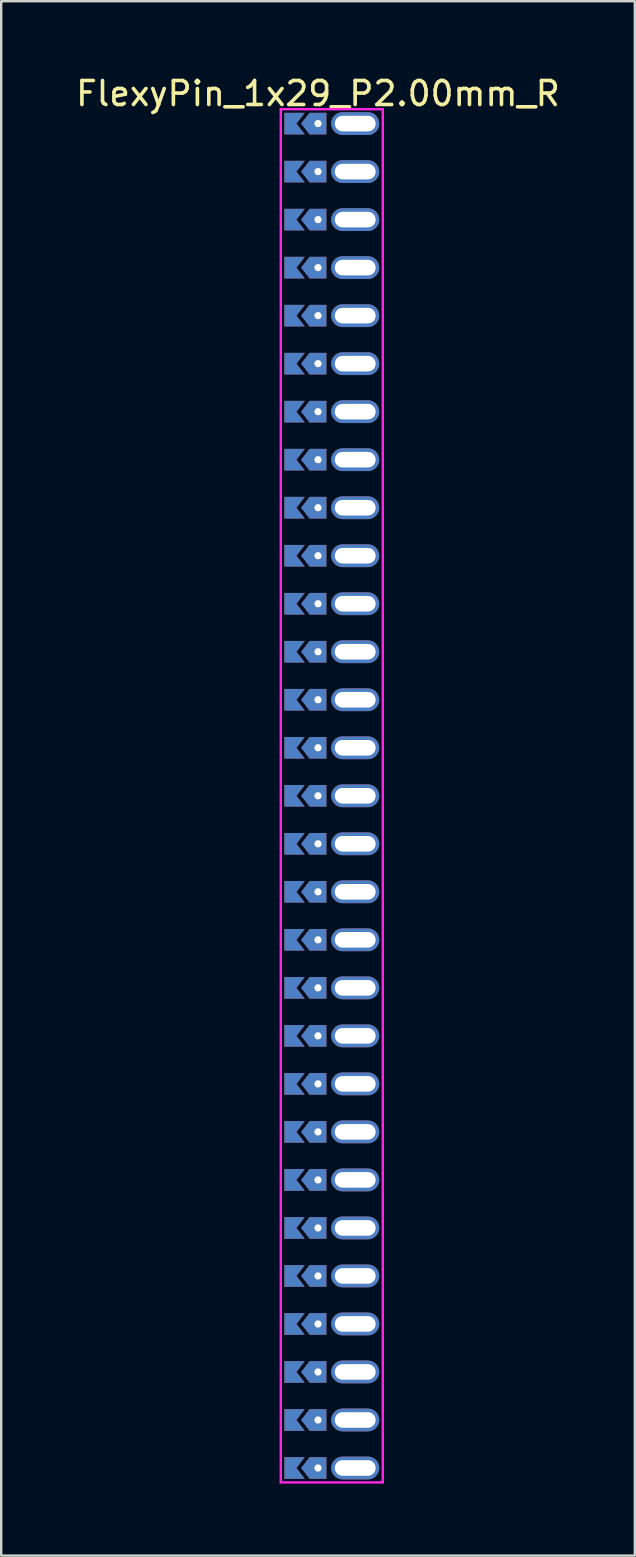
<source format=kicad_pcb>
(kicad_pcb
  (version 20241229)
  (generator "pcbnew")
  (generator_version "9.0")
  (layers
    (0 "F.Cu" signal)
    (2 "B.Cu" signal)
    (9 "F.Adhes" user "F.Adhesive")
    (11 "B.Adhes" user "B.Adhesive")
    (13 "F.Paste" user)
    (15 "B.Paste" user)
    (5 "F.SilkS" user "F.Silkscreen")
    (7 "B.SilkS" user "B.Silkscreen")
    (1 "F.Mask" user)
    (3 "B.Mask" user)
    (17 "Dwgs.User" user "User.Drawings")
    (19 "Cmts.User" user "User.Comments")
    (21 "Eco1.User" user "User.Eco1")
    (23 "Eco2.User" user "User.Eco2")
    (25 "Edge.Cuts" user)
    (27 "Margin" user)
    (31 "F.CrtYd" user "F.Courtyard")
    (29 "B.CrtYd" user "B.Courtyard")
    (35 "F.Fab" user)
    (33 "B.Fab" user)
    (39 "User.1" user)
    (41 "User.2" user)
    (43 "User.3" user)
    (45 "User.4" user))
  (footprint "FlexyPin_1x29_P2.00mm_R"
    (layer "F.Cu")
    (at 10.196 2.098)
    (property "Reference" "FlexyPin_1x29_P2.00mm_R" (at 0 -1.25 0) (layer "F.SilkS") (effects (font (size 1 1) (thickness 0.15))))
    (attr through_hole)
    (fp_line (start -1.55 -0.6) (end 2.7 -0.6) (stroke (width 0.1) (type solid)) (layer "F.CrtYd"))
    (fp_line (start -1.55 56.6) (end -1.55 -0.6) (stroke (width 0.1) (type solid)) (layer "F.CrtYd"))
    (fp_line (start 2.7 -0.6) (end 2.7 56.6) (stroke (width 0.1) (type solid)) (layer "F.CrtYd"))
    (fp_line (start 2.7 56.6) (end -1.55 56.6) (stroke (width 0.1) (type solid)) (layer "F.CrtYd"))
    (pad "" thru_hole custom (at 0 0) (size 0.3 0.3) (drill 0.6) (layers "*.Cu" "*.Mask") (options (anchor rect)) (primitives (gr_poly (pts (xy 0.35 0.45) (xy 0.35 -0.45) (xy -0.35 -0.45) (xy -0.7 0) (xy -0.35 0.45)) (width 0) (fill yes))))
    (pad "" thru_hole custom (at 0 2) (size 0.3 0.3) (drill 0.6) (layers "*.Cu" "*.Mask") (options (anchor rect)) (primitives (gr_poly (pts (xy 0.35 0.45) (xy 0.35 -0.45) (xy -0.35 -0.45) (xy -0.7 0) (xy -0.35 0.45)) (width 0) (fill yes))))
    (pad "" thru_hole custom (at 0 4) (size 0.3 0.3) (drill 0.6) (layers "*.Cu" "*.Mask") (options (anchor rect)) (primitives (gr_poly (pts (xy 0.35 0.45) (xy 0.35 -0.45) (xy -0.35 -0.45) (xy -0.7 0) (xy -0.35 0.45)) (width 0) (fill yes))))
    (pad "" thru_hole custom (at 0 6) (size 0.3 0.3) (drill 0.6) (layers "*.Cu" "*.Mask") (options (anchor rect)) (primitives (gr_poly (pts (xy 0.35 0.45) (xy 0.35 -0.45) (xy -0.35 -0.45) (xy -0.7 0) (xy -0.35 0.45)) (width 0) (fill yes))))
    (pad "" thru_hole custom (at 0 8) (size 0.3 0.3) (drill 0.6) (layers "*.Cu" "*.Mask") (options (anchor rect)) (primitives (gr_poly (pts (xy 0.35 0.45) (xy 0.35 -0.45) (xy -0.35 -0.45) (xy -0.7 0) (xy -0.35 0.45)) (width 0) (fill yes))))
    (pad "" thru_hole custom (at 0 10) (size 0.3 0.3) (drill 0.6) (layers "*.Cu" "*.Mask") (options (anchor rect)) (primitives (gr_poly (pts (xy 0.35 0.45) (xy 0.35 -0.45) (xy -0.35 -0.45) (xy -0.7 0) (xy -0.35 0.45)) (width 0) (fill yes))))
    (pad "" thru_hole custom (at 0 12) (size 0.3 0.3) (drill 0.6) (layers "*.Cu" "*.Mask") (options (anchor rect)) (primitives (gr_poly (pts (xy 0.35 0.45) (xy 0.35 -0.45) (xy -0.35 -0.45) (xy -0.7 0) (xy -0.35 0.45)) (width 0) (fill yes))))
    (pad "" thru_hole custom (at 0 14) (size 0.3 0.3) (drill 0.6) (layers "*.Cu" "*.Mask") (options (anchor rect)) (primitives (gr_poly (pts (xy 0.35 0.45) (xy 0.35 -0.45) (xy -0.35 -0.45) (xy -0.7 0) (xy -0.35 0.45)) (width 0) (fill yes))))
    (pad "" thru_hole custom (at 0 16) (size 0.3 0.3) (drill 0.6) (layers "*.Cu" "*.Mask") (options (anchor rect)) (primitives (gr_poly (pts (xy 0.35 0.45) (xy 0.35 -0.45) (xy -0.35 -0.45) (xy -0.7 0) (xy -0.35 0.45)) (width 0) (fill yes))))
    (pad "" thru_hole custom (at 0 18) (size 0.3 0.3) (drill 0.6) (layers "*.Cu" "*.Mask") (options (anchor rect)) (primitives (gr_poly (pts (xy 0.35 0.45) (xy 0.35 -0.45) (xy -0.35 -0.45) (xy -0.7 0) (xy -0.35 0.45)) (width 0) (fill yes))))
    (pad "" thru_hole custom (at 0 20) (size 0.3 0.3) (drill 0.6) (layers "*.Cu" "*.Mask") (options (anchor rect)) (primitives (gr_poly (pts (xy 0.35 0.45) (xy 0.35 -0.45) (xy -0.35 -0.45) (xy -0.7 0) (xy -0.35 0.45)) (width 0) (fill yes))))
    (pad "" thru_hole custom (at 0 22) (size 0.3 0.3) (drill 0.6) (layers "*.Cu" "*.Mask") (options (anchor rect)) (primitives (gr_poly (pts (xy 0.35 0.45) (xy 0.35 -0.45) (xy -0.35 -0.45) (xy -0.7 0) (xy -0.35 0.45)) (width 0) (fill yes))))
    (pad "" thru_hole custom (at 0 24) (size 0.3 0.3) (drill 0.6) (layers "*.Cu" "*.Mask") (options (anchor rect)) (primitives (gr_poly (pts (xy 0.35 0.45) (xy 0.35 -0.45) (xy -0.35 -0.45) (xy -0.7 0) (xy -0.35 0.45)) (width 0) (fill yes))))
    (pad "" thru_hole custom (at 0 26) (size 0.3 0.3) (drill 0.6) (layers "*.Cu" "*.Mask") (options (anchor rect)) (primitives (gr_poly (pts (xy 0.35 0.45) (xy 0.35 -0.45) (xy -0.35 -0.45) (xy -0.7 0) (xy -0.35 0.45)) (width 0) (fill yes))))
    (pad "" thru_hole custom (at 0 28) (size 0.3 0.3) (drill 0.6) (layers "*.Cu" "*.Mask") (options (anchor rect)) (primitives (gr_poly (pts (xy 0.35 0.45) (xy 0.35 -0.45) (xy -0.35 -0.45) (xy -0.7 0) (xy -0.35 0.45)) (width 0) (fill yes))))
    (pad "" thru_hole custom (at 0 30) (size 0.3 0.3) (drill 0.6) (layers "*.Cu" "*.Mask") (options (anchor rect)) (primitives (gr_poly (pts (xy 0.35 0.45) (xy 0.35 -0.45) (xy -0.35 -0.45) (xy -0.7 0) (xy -0.35 0.45)) (width 0) (fill yes))))
    (pad "" thru_hole custom (at 0 32) (size 0.3 0.3) (drill 0.6) (layers "*.Cu" "*.Mask") (options (anchor rect)) (primitives (gr_poly (pts (xy 0.35 0.45) (xy 0.35 -0.45) (xy -0.35 -0.45) (xy -0.7 0) (xy -0.35 0.45)) (width 0) (fill yes))))
    (pad "" thru_hole custom (at 0 34) (size 0.3 0.3) (drill 0.6) (layers "*.Cu" "*.Mask") (options (anchor rect)) (primitives (gr_poly (pts (xy 0.35 0.45) (xy 0.35 -0.45) (xy -0.35 -0.45) (xy -0.7 0) (xy -0.35 0.45)) (width 0) (fill yes))))
    (pad "" thru_hole custom (at 0 36) (size 0.3 0.3) (drill 0.6) (layers "*.Cu" "*.Mask") (options (anchor rect)) (primitives (gr_poly (pts (xy 0.35 0.45) (xy 0.35 -0.45) (xy -0.35 -0.45) (xy -0.7 0) (xy -0.35 0.45)) (width 0) (fill yes))))
    (pad "" thru_hole custom (at 0 38) (size 0.3 0.3) (drill 0.6) (layers "*.Cu" "*.Mask") (options (anchor rect)) (primitives (gr_poly (pts (xy 0.35 0.45) (xy 0.35 -0.45) (xy -0.35 -0.45) (xy -0.7 0) (xy -0.35 0.45)) (width 0) (fill yes))))
    (pad "" thru_hole custom (at 0 40) (size 0.3 0.3) (drill 0.6) (layers "*.Cu" "*.Mask") (options (anchor rect)) (primitives (gr_poly (pts (xy 0.35 0.45) (xy 0.35 -0.45) (xy -0.35 -0.45) (xy -0.7 0) (xy -0.35 0.45)) (width 0) (fill yes))))
    (pad "" thru_hole custom (at 0 42) (size 0.3 0.3) (drill 0.6) (layers "*.Cu" "*.Mask") (options (anchor rect)) (primitives (gr_poly (pts (xy 0.35 0.45) (xy 0.35 -0.45) (xy -0.35 -0.45) (xy -0.7 0) (xy -0.35 0.45)) (width 0) (fill yes))))
    (pad "" thru_hole custom (at 0 44) (size 0.3 0.3) (drill 0.6) (layers "*.Cu" "*.Mask") (options (anchor rect)) (primitives (gr_poly (pts (xy 0.35 0.45) (xy 0.35 -0.45) (xy -0.35 -0.45) (xy -0.7 0) (xy -0.35 0.45)) (width 0) (fill yes))))
    (pad "" thru_hole custom (at 0 46) (size 0.3 0.3) (drill 0.6) (layers "*.Cu" "*.Mask") (options (anchor rect)) (primitives (gr_poly (pts (xy 0.35 0.45) (xy 0.35 -0.45) (xy -0.35 -0.45) (xy -0.7 0) (xy -0.35 0.45)) (width 0) (fill yes))))
    (pad "" thru_hole custom (at 0 48) (size 0.3 0.3) (drill 0.6) (layers "*.Cu" "*.Mask") (options (anchor rect)) (primitives (gr_poly (pts (xy 0.35 0.45) (xy 0.35 -0.45) (xy -0.35 -0.45) (xy -0.7 0) (xy -0.35 0.45)) (width 0) (fill yes))))
    (pad "" thru_hole custom (at 0 50) (size 0.3 0.3) (drill 0.6) (layers "*.Cu" "*.Mask") (options (anchor rect)) (primitives (gr_poly (pts (xy 0.35 0.45) (xy 0.35 -0.45) (xy -0.35 -0.45) (xy -0.7 0) (xy -0.35 0.45)) (width 0) (fill yes))))
    (pad "" thru_hole custom (at 0 52) (size 0.3 0.3) (drill 0.6) (layers "*.Cu" "*.Mask") (options (anchor rect)) (primitives (gr_poly (pts (xy 0.35 0.45) (xy 0.35 -0.45) (xy -0.35 -0.45) (xy -0.7 0) (xy -0.35 0.45)) (width 0) (fill yes))))
    (pad "" thru_hole custom (at 0 54) (size 0.3 0.3) (drill 0.6) (layers "*.Cu" "*.Mask") (options (anchor rect)) (primitives (gr_poly (pts (xy 0.35 0.45) (xy 0.35 -0.45) (xy -0.35 -0.45) (xy -0.7 0) (xy -0.35 0.45)) (width 0) (fill yes))))
    (pad "" thru_hole custom (at 0 56) (size 0.3 0.3) (drill 0.6) (layers "*.Cu" "*.Mask") (options (anchor rect)) (primitives (gr_poly (pts (xy 0.35 0.45) (xy 0.35 -0.45) (xy -0.35 -0.45) (xy -0.7 0) (xy -0.35 0.45)) (width 0) (fill yes))))
    (pad "" thru_hole oval (at 1.55 0) (size 2 0.95) (drill oval 1.7 0.65) (layers "*.Cu" "*.Mask"))
    (pad "" thru_hole oval (at 1.55 2) (size 2 0.95) (drill oval 1.7 0.65) (layers "*.Cu" "*.Mask"))
    (pad "" thru_hole oval (at 1.55 4) (size 2 0.95) (drill oval 1.7 0.65) (layers "*.Cu" "*.Mask"))
    (pad "" thru_hole oval (at 1.55 6) (size 2 0.95) (drill oval 1.7 0.65) (layers "*.Cu" "*.Mask"))
    (pad "" thru_hole oval (at 1.55 8) (size 2 0.95) (drill oval 1.7 0.65) (layers "*.Cu" "*.Mask"))
    (pad "" thru_hole oval (at 1.55 10) (size 2 0.95) (drill oval 1.7 0.65) (layers "*.Cu" "*.Mask"))
    (pad "" thru_hole oval (at 1.55 12) (size 2 0.95) (drill oval 1.7 0.65) (layers "*.Cu" "*.Mask"))
    (pad "" thru_hole oval (at 1.55 14) (size 2 0.95) (drill oval 1.7 0.65) (layers "*.Cu" "*.Mask"))
    (pad "" thru_hole oval (at 1.55 16) (size 2 0.95) (drill oval 1.7 0.65) (layers "*.Cu" "*.Mask"))
    (pad "" thru_hole oval (at 1.55 18) (size 2 0.95) (drill oval 1.7 0.65) (layers "*.Cu" "*.Mask"))
    (pad "" thru_hole oval (at 1.55 20) (size 2 0.95) (drill oval 1.7 0.65) (layers "*.Cu" "*.Mask"))
    (pad "" thru_hole oval (at 1.55 22) (size 2 0.95) (drill oval 1.7 0.65) (layers "*.Cu" "*.Mask"))
    (pad "" thru_hole oval (at 1.55 24) (size 2 0.95) (drill oval 1.7 0.65) (layers "*.Cu" "*.Mask"))
    (pad "" thru_hole oval (at 1.55 26) (size 2 0.95) (drill oval 1.7 0.65) (layers "*.Cu" "*.Mask"))
    (pad "" thru_hole oval (at 1.55 28) (size 2 0.95) (drill oval 1.7 0.65) (layers "*.Cu" "*.Mask"))
    (pad "" thru_hole oval (at 1.55 30) (size 2 0.95) (drill oval 1.7 0.65) (layers "*.Cu" "*.Mask"))
    (pad "" thru_hole oval (at 1.55 32) (size 2 0.95) (drill oval 1.7 0.65) (layers "*.Cu" "*.Mask"))
    (pad "" thru_hole oval (at 1.55 34) (size 2 0.95) (drill oval 1.7 0.65) (layers "*.Cu" "*.Mask"))
    (pad "" thru_hole oval (at 1.55 36) (size 2 0.95) (drill oval 1.7 0.65) (layers "*.Cu" "*.Mask"))
    (pad "" thru_hole oval (at 1.55 38) (size 2 0.95) (drill oval 1.7 0.65) (layers "*.Cu" "*.Mask"))
    (pad "" thru_hole oval (at 1.55 40) (size 2 0.95) (drill oval 1.7 0.65) (layers "*.Cu" "*.Mask"))
    (pad "" thru_hole oval (at 1.55 42) (size 2 0.95) (drill oval 1.7 0.65) (layers "*.Cu" "*.Mask"))
    (pad "" thru_hole oval (at 1.55 44) (size 2 0.95) (drill oval 1.7 0.65) (layers "*.Cu" "*.Mask"))
    (pad "" thru_hole oval (at 1.55 46) (size 2 0.95) (drill oval 1.7 0.65) (layers "*.Cu" "*.Mask"))
    (pad "" thru_hole oval (at 1.55 48) (size 2 0.95) (drill oval 1.7 0.65) (layers "*.Cu" "*.Mask"))
    (pad "" thru_hole oval (at 1.55 50) (size 2 0.95) (drill oval 1.7 0.65) (layers "*.Cu" "*.Mask"))
    (pad "" thru_hole oval (at 1.55 52) (size 2 0.95) (drill oval 1.7 0.65) (layers "*.Cu" "*.Mask"))
    (pad "" thru_hole oval (at 1.55 54) (size 2 0.95) (drill oval 1.7 0.65) (layers "*.Cu" "*.Mask"))
    (pad "" thru_hole oval (at 1.55 56) (size 2 0.95) (drill oval 1.7 0.65) (layers "*.Cu" "*.Mask"))
    (pad "1" smd custom (at -0.9 0) (size 0.01 0.01) (layers "F.Cu" "F.Mask") (options (anchor rect)) (primitives (gr_poly (pts (xy 0 0) (xy 0.35 0.45) (xy -0.5 0.45) (xy -0.5 -0.45) (xy 0.35 -0.45)) (width 0) (fill yes))))
    (pad "2" smd custom (at -0.9 2) (size 0.01 0.01) (layers "F.Cu" "F.Mask") (options (anchor rect)) (primitives (gr_poly (pts (xy 0 0) (xy 0.35 0.45) (xy -0.5 0.45) (xy -0.5 -0.45) (xy 0.35 -0.45)) (width 0) (fill yes))))
    (pad "3" smd custom (at -0.9 4) (size 0.01 0.01) (layers "F.Cu" "F.Mask") (options (anchor rect)) (primitives (gr_poly (pts (xy 0 0) (xy 0.35 0.45) (xy -0.5 0.45) (xy -0.5 -0.45) (xy 0.35 -0.45)) (width 0) (fill yes))))
    (pad "4" smd custom (at -0.9 6) (size 0.01 0.01) (layers "F.Cu" "F.Mask") (options (anchor rect)) (primitives (gr_poly (pts (xy 0 0) (xy 0.35 0.45) (xy -0.5 0.45) (xy -0.5 -0.45) (xy 0.35 -0.45)) (width 0) (fill yes))))
    (pad "5" smd custom (at -0.9 8) (size 0.01 0.01) (layers "F.Cu" "F.Mask") (options (anchor rect)) (primitives (gr_poly (pts (xy 0 0) (xy 0.35 0.45) (xy -0.5 0.45) (xy -0.5 -0.45) (xy 0.35 -0.45)) (width 0) (fill yes))))
    (pad "6" smd custom (at -0.9 10) (size 0.01 0.01) (layers "F.Cu" "F.Mask") (options (anchor rect)) (primitives (gr_poly (pts (xy 0 0) (xy 0.35 0.45) (xy -0.5 0.45) (xy -0.5 -0.45) (xy 0.35 -0.45)) (width 0) (fill yes))))
    (pad "7" smd custom (at -0.9 12) (size 0.01 0.01) (layers "F.Cu" "F.Mask") (options (anchor rect)) (primitives (gr_poly (pts (xy 0 0) (xy 0.35 0.45) (xy -0.5 0.45) (xy -0.5 -0.45) (xy 0.35 -0.45)) (width 0) (fill yes))))
    (pad "8" smd custom (at -0.9 14) (size 0.01 0.01) (layers "F.Cu" "F.Mask") (options (anchor rect)) (primitives (gr_poly (pts (xy 0 0) (xy 0.35 0.45) (xy -0.5 0.45) (xy -0.5 -0.45) (xy 0.35 -0.45)) (width 0) (fill yes))))
    (pad "9" smd custom (at -0.9 16) (size 0.01 0.01) (layers "F.Cu" "F.Mask") (options (anchor rect)) (primitives (gr_poly (pts (xy 0 0) (xy 0.35 0.45) (xy -0.5 0.45) (xy -0.5 -0.45) (xy 0.35 -0.45)) (width 0) (fill yes))))
    (pad "10" smd custom (at -0.9 18) (size 0.01 0.01) (layers "F.Cu" "F.Mask") (options (anchor rect)) (primitives (gr_poly (pts (xy 0 0) (xy 0.35 0.45) (xy -0.5 0.45) (xy -0.5 -0.45) (xy 0.35 -0.45)) (width 0) (fill yes))))
    (pad "11" smd custom (at -0.9 20) (size 0.01 0.01) (layers "F.Cu" "F.Mask") (options (anchor rect)) (primitives (gr_poly (pts (xy 0 0) (xy 0.35 0.45) (xy -0.5 0.45) (xy -0.5 -0.45) (xy 0.35 -0.45)) (width 0) (fill yes))))
    (pad "12" smd custom (at -0.9 22) (size 0.01 0.01) (layers "F.Cu" "F.Mask") (options (anchor rect)) (primitives (gr_poly (pts (xy 0 0) (xy 0.35 0.45) (xy -0.5 0.45) (xy -0.5 -0.45) (xy 0.35 -0.45)) (width 0) (fill yes))))
    (pad "13" smd custom (at -0.9 24) (size 0.01 0.01) (layers "F.Cu" "F.Mask") (options (anchor rect)) (primitives (gr_poly (pts (xy 0 0) (xy 0.35 0.45) (xy -0.5 0.45) (xy -0.5 -0.45) (xy 0.35 -0.45)) (width 0) (fill yes))))
    (pad "14" smd custom (at -0.9 26) (size 0.01 0.01) (layers "F.Cu" "F.Mask") (options (anchor rect)) (primitives (gr_poly (pts (xy 0 0) (xy 0.35 0.45) (xy -0.5 0.45) (xy -0.5 -0.45) (xy 0.35 -0.45)) (width 0) (fill yes))))
    (pad "15" smd custom (at -0.9 28) (size 0.01 0.01) (layers "F.Cu" "F.Mask") (options (anchor rect)) (primitives (gr_poly (pts (xy 0 0) (xy 0.35 0.45) (xy -0.5 0.45) (xy -0.5 -0.45) (xy 0.35 -0.45)) (width 0) (fill yes))))
    (pad "16" smd custom (at -0.9 30) (size 0.01 0.01) (layers "F.Cu" "F.Mask") (options (anchor rect)) (primitives (gr_poly (pts (xy 0 0) (xy 0.35 0.45) (xy -0.5 0.45) (xy -0.5 -0.45) (xy 0.35 -0.45)) (width 0) (fill yes))))
    (pad "17" smd custom (at -0.9 32) (size 0.01 0.01) (layers "F.Cu" "F.Mask") (options (anchor rect)) (primitives (gr_poly (pts (xy 0 0) (xy 0.35 0.45) (xy -0.5 0.45) (xy -0.5 -0.45) (xy 0.35 -0.45)) (width 0) (fill yes))))
    (pad "18" smd custom (at -0.9 34) (size 0.01 0.01) (layers "F.Cu" "F.Mask") (options (anchor rect)) (primitives (gr_poly (pts (xy 0 0) (xy 0.35 0.45) (xy -0.5 0.45) (xy -0.5 -0.45) (xy 0.35 -0.45)) (width 0) (fill yes))))
    (pad "19" smd custom (at -0.9 36) (size 0.01 0.01) (layers "F.Cu" "F.Mask") (options (anchor rect)) (primitives (gr_poly (pts (xy 0 0) (xy 0.35 0.45) (xy -0.5 0.45) (xy -0.5 -0.45) (xy 0.35 -0.45)) (width 0) (fill yes))))
    (pad "20" smd custom (at -0.9 38) (size 0.01 0.01) (layers "F.Cu" "F.Mask") (options (anchor rect)) (primitives (gr_poly (pts (xy 0 0) (xy 0.35 0.45) (xy -0.5 0.45) (xy -0.5 -0.45) (xy 0.35 -0.45)) (width 0) (fill yes))))
    (pad "21" smd custom (at -0.9 40) (size 0.01 0.01) (layers "F.Cu" "F.Mask") (options (anchor rect)) (primitives (gr_poly (pts (xy 0 0) (xy 0.35 0.45) (xy -0.5 0.45) (xy -0.5 -0.45) (xy 0.35 -0.45)) (width 0) (fill yes))))
    (pad "22" smd custom (at -0.9 42) (size 0.01 0.01) (layers "F.Cu" "F.Mask") (options (anchor rect)) (primitives (gr_poly (pts (xy 0 0) (xy 0.35 0.45) (xy -0.5 0.45) (xy -0.5 -0.45) (xy 0.35 -0.45)) (width 0) (fill yes))))
    (pad "23" smd custom (at -0.9 44) (size 0.01 0.01) (layers "F.Cu" "F.Mask") (options (anchor rect)) (primitives (gr_poly (pts (xy 0 0) (xy 0.35 0.45) (xy -0.5 0.45) (xy -0.5 -0.45) (xy 0.35 -0.45)) (width 0) (fill yes))))
    (pad "24" smd custom (at -0.9 46) (size 0.01 0.01) (layers "F.Cu" "F.Mask") (options (anchor rect)) (primitives (gr_poly (pts (xy 0 0) (xy 0.35 0.45) (xy -0.5 0.45) (xy -0.5 -0.45) (xy 0.35 -0.45)) (width 0) (fill yes))))
    (pad "25" smd custom (at -0.9 48) (size 0.01 0.01) (layers "F.Cu" "F.Mask") (options (anchor rect)) (primitives (gr_poly (pts (xy 0 0) (xy 0.35 0.45) (xy -0.5 0.45) (xy -0.5 -0.45) (xy 0.35 -0.45)) (width 0) (fill yes))))
    (pad "26" smd custom (at -0.9 50) (size 0.01 0.01) (layers "F.Cu" "F.Mask") (options (anchor rect)) (primitives (gr_poly (pts (xy 0 0) (xy 0.35 0.45) (xy -0.5 0.45) (xy -0.5 -0.45) (xy 0.35 -0.45)) (width 0) (fill yes))))
    (pad "27" smd custom (at -0.9 52) (size 0.01 0.01) (layers "F.Cu" "F.Mask") (options (anchor rect)) (primitives (gr_poly (pts (xy 0 0) (xy 0.35 0.45) (xy -0.5 0.45) (xy -0.5 -0.45) (xy 0.35 -0.45)) (width 0) (fill yes))))
    (pad "28" smd custom (at -0.9 54) (size 0.01 0.01) (layers "F.Cu" "F.Mask") (options (anchor rect)) (primitives (gr_poly (pts (xy 0 0) (xy 0.35 0.45) (xy -0.5 0.45) (xy -0.5 -0.45) (xy 0.35 -0.45)) (width 0) (fill yes))))
    (pad "29" smd custom (at -0.9 56) (size 0.01 0.01) (layers "F.Cu" "F.Mask") (options (anchor rect)) (primitives (gr_poly (pts (xy 0 0) (xy 0.35 0.45) (xy -0.5 0.45) (xy -0.5 -0.45) (xy 0.35 -0.45)) (width 0) (fill yes))))
    (pad "30" smd custom (at -0.9 0) (size 0.01 0.01) (layers "B.Cu" "B.Mask") (options (anchor rect)) (primitives (gr_poly (pts (xy 0 0) (xy 0.35 0.45) (xy -0.5 0.45) (xy -0.5 -0.45) (xy 0.35 -0.45)) (width 0) (fill yes))))
    (pad "31" smd custom (at -0.9 2) (size 0.01 0.01) (layers "B.Cu" "B.Mask") (options (anchor rect)) (primitives (gr_poly (pts (xy 0 0) (xy 0.35 0.45) (xy -0.5 0.45) (xy -0.5 -0.45) (xy 0.35 -0.45)) (width 0) (fill yes))))
    (pad "32" smd custom (at -0.9 4) (size 0.01 0.01) (layers "B.Cu" "B.Mask") (options (anchor rect)) (primitives (gr_poly (pts (xy 0 0) (xy 0.35 0.45) (xy -0.5 0.45) (xy -0.5 -0.45) (xy 0.35 -0.45)) (width 0) (fill yes))))
    (pad "33" smd custom (at -0.9 6) (size 0.01 0.01) (layers "B.Cu" "B.Mask") (options (anchor rect)) (primitives (gr_poly (pts (xy 0 0) (xy 0.35 0.45) (xy -0.5 0.45) (xy -0.5 -0.45) (xy 0.35 -0.45)) (width 0) (fill yes))))
    (pad "34" smd custom (at -0.9 8) (size 0.01 0.01) (layers "B.Cu" "B.Mask") (options (anchor rect)) (primitives (gr_poly (pts (xy 0 0) (xy 0.35 0.45) (xy -0.5 0.45) (xy -0.5 -0.45) (xy 0.35 -0.45)) (width 0) (fill yes))))
    (pad "35" smd custom (at -0.9 10) (size 0.01 0.01) (layers "B.Cu" "B.Mask") (options (anchor rect)) (primitives (gr_poly (pts (xy 0 0) (xy 0.35 0.45) (xy -0.5 0.45) (xy -0.5 -0.45) (xy 0.35 -0.45)) (width 0) (fill yes))))
    (pad "36" smd custom (at -0.9 12) (size 0.01 0.01) (layers "B.Cu" "B.Mask") (options (anchor rect)) (primitives (gr_poly (pts (xy 0 0) (xy 0.35 0.45) (xy -0.5 0.45) (xy -0.5 -0.45) (xy 0.35 -0.45)) (width 0) (fill yes))))
    (pad "37" smd custom (at -0.9 14) (size 0.01 0.01) (layers "B.Cu" "B.Mask") (options (anchor rect)) (primitives (gr_poly (pts (xy 0 0) (xy 0.35 0.45) (xy -0.5 0.45) (xy -0.5 -0.45) (xy 0.35 -0.45)) (width 0) (fill yes))))
    (pad "38" smd custom (at -0.9 16) (size 0.01 0.01) (layers "B.Cu" "B.Mask") (options (anchor rect)) (primitives (gr_poly (pts (xy 0 0) (xy 0.35 0.45) (xy -0.5 0.45) (xy -0.5 -0.45) (xy 0.35 -0.45)) (width 0) (fill yes))))
    (pad "39" smd custom (at -0.9 18) (size 0.01 0.01) (layers "B.Cu" "B.Mask") (options (anchor rect)) (primitives (gr_poly (pts (xy 0 0) (xy 0.35 0.45) (xy -0.5 0.45) (xy -0.5 -0.45) (xy 0.35 -0.45)) (width 0) (fill yes))))
    (pad "40" smd custom (at -0.9 20) (size 0.01 0.01) (layers "B.Cu" "B.Mask") (options (anchor rect)) (primitives (gr_poly (pts (xy 0 0) (xy 0.35 0.45) (xy -0.5 0.45) (xy -0.5 -0.45) (xy 0.35 -0.45)) (width 0) (fill yes))))
    (pad "41" smd custom (at -0.9 22) (size 0.01 0.01) (layers "B.Cu" "B.Mask") (options (anchor rect)) (primitives (gr_poly (pts (xy 0 0) (xy 0.35 0.45) (xy -0.5 0.45) (xy -0.5 -0.45) (xy 0.35 -0.45)) (width 0) (fill yes))))
    (pad "42" smd custom (at -0.9 24) (size 0.01 0.01) (layers "B.Cu" "B.Mask") (options (anchor rect)) (primitives (gr_poly (pts (xy 0 0) (xy 0.35 0.45) (xy -0.5 0.45) (xy -0.5 -0.45) (xy 0.35 -0.45)) (width 0) (fill yes))))
    (pad "43" smd custom (at -0.9 26) (size 0.01 0.01) (layers "B.Cu" "B.Mask") (options (anchor rect)) (primitives (gr_poly (pts (xy 0 0) (xy 0.35 0.45) (xy -0.5 0.45) (xy -0.5 -0.45) (xy 0.35 -0.45)) (width 0) (fill yes))))
    (pad "44" smd custom (at -0.9 28) (size 0.01 0.01) (layers "B.Cu" "B.Mask") (options (anchor rect)) (primitives (gr_poly (pts (xy 0 0) (xy 0.35 0.45) (xy -0.5 0.45) (xy -0.5 -0.45) (xy 0.35 -0.45)) (width 0) (fill yes))))
    (pad "45" smd custom (at -0.9 30) (size 0.01 0.01) (layers "B.Cu" "B.Mask") (options (anchor rect)) (primitives (gr_poly (pts (xy 0 0) (xy 0.35 0.45) (xy -0.5 0.45) (xy -0.5 -0.45) (xy 0.35 -0.45)) (width 0) (fill yes))))
    (pad "46" smd custom (at -0.9 32) (size 0.01 0.01) (layers "B.Cu" "B.Mask") (options (anchor rect)) (primitives (gr_poly (pts (xy 0 0) (xy 0.35 0.45) (xy -0.5 0.45) (xy -0.5 -0.45) (xy 0.35 -0.45)) (width 0) (fill yes))))
    (pad "47" smd custom (at -0.9 34) (size 0.01 0.01) (layers "B.Cu" "B.Mask") (options (anchor rect)) (primitives (gr_poly (pts (xy 0 0) (xy 0.35 0.45) (xy -0.5 0.45) (xy -0.5 -0.45) (xy 0.35 -0.45)) (width 0) (fill yes))))
    (pad "48" smd custom (at -0.9 36) (size 0.01 0.01) (layers "B.Cu" "B.Mask") (options (anchor rect)) (primitives (gr_poly (pts (xy 0 0) (xy 0.35 0.45) (xy -0.5 0.45) (xy -0.5 -0.45) (xy 0.35 -0.45)) (width 0) (fill yes))))
    (pad "49" smd custom (at -0.9 38) (size 0.01 0.01) (layers "B.Cu" "B.Mask") (options (anchor rect)) (primitives (gr_poly (pts (xy 0 0) (xy 0.35 0.45) (xy -0.5 0.45) (xy -0.5 -0.45) (xy 0.35 -0.45)) (width 0) (fill yes))))
    (pad "50" smd custom (at -0.9 40) (size 0.01 0.01) (layers "B.Cu" "B.Mask") (options (anchor rect)) (primitives (gr_poly (pts (xy 0 0) (xy 0.35 0.45) (xy -0.5 0.45) (xy -0.5 -0.45) (xy 0.35 -0.45)) (width 0) (fill yes))))
    (pad "51" smd custom (at -0.9 42) (size 0.01 0.01) (layers "B.Cu" "B.Mask") (options (anchor rect)) (primitives (gr_poly (pts (xy 0 0) (xy 0.35 0.45) (xy -0.5 0.45) (xy -0.5 -0.45) (xy 0.35 -0.45)) (width 0) (fill yes))))
    (pad "52" smd custom (at -0.9 44) (size 0.01 0.01) (layers "B.Cu" "B.Mask") (options (anchor rect)) (primitives (gr_poly (pts (xy 0 0) (xy 0.35 0.45) (xy -0.5 0.45) (xy -0.5 -0.45) (xy 0.35 -0.45)) (width 0) (fill yes))))
    (pad "53" smd custom (at -0.9 46) (size 0.01 0.01) (layers "B.Cu" "B.Mask") (options (anchor rect)) (primitives (gr_poly (pts (xy 0 0) (xy 0.35 0.45) (xy -0.5 0.45) (xy -0.5 -0.45) (xy 0.35 -0.45)) (width 0) (fill yes))))
    (pad "54" smd custom (at -0.9 48) (size 0.01 0.01) (layers "B.Cu" "B.Mask") (options (anchor rect)) (primitives (gr_poly (pts (xy 0 0) (xy 0.35 0.45) (xy -0.5 0.45) (xy -0.5 -0.45) (xy 0.35 -0.45)) (width 0) (fill yes))))
    (pad "55" smd custom (at -0.9 50) (size 0.01 0.01) (layers "B.Cu" "B.Mask") (options (anchor rect)) (primitives (gr_poly (pts (xy 0 0) (xy 0.35 0.45) (xy -0.5 0.45) (xy -0.5 -0.45) (xy 0.35 -0.45)) (width 0) (fill yes))))
    (pad "56" smd custom (at -0.9 52) (size 0.01 0.01) (layers "B.Cu" "B.Mask") (options (anchor rect)) (primitives (gr_poly (pts (xy 0 0) (xy 0.35 0.45) (xy -0.5 0.45) (xy -0.5 -0.45) (xy 0.35 -0.45)) (width 0) (fill yes))))
    (pad "57" smd custom (at -0.9 54) (size 0.01 0.01) (layers "B.Cu" "B.Mask") (options (anchor rect)) (primitives (gr_poly (pts (xy 0 0) (xy 0.35 0.45) (xy -0.5 0.45) (xy -0.5 -0.45) (xy 0.35 -0.45)) (width 0) (fill yes))))
    (pad "58" smd custom (at -0.9 56) (size 0.01 0.01) (layers "B.Cu" "B.Mask") (options (anchor rect)) (primitives (gr_poly (pts (xy 0 0) (xy 0.35 0.45) (xy -0.5 0.45) (xy -0.5 -0.45) (xy 0.35 -0.45)) (width 0) (fill yes)))))
  (gr_rect
    (start -3 -3)
    (end 23.393 61.748)
    (stroke (width 0.1) (type default))
    (fill no)
    (layer "Edge.Cuts")))
</source>
